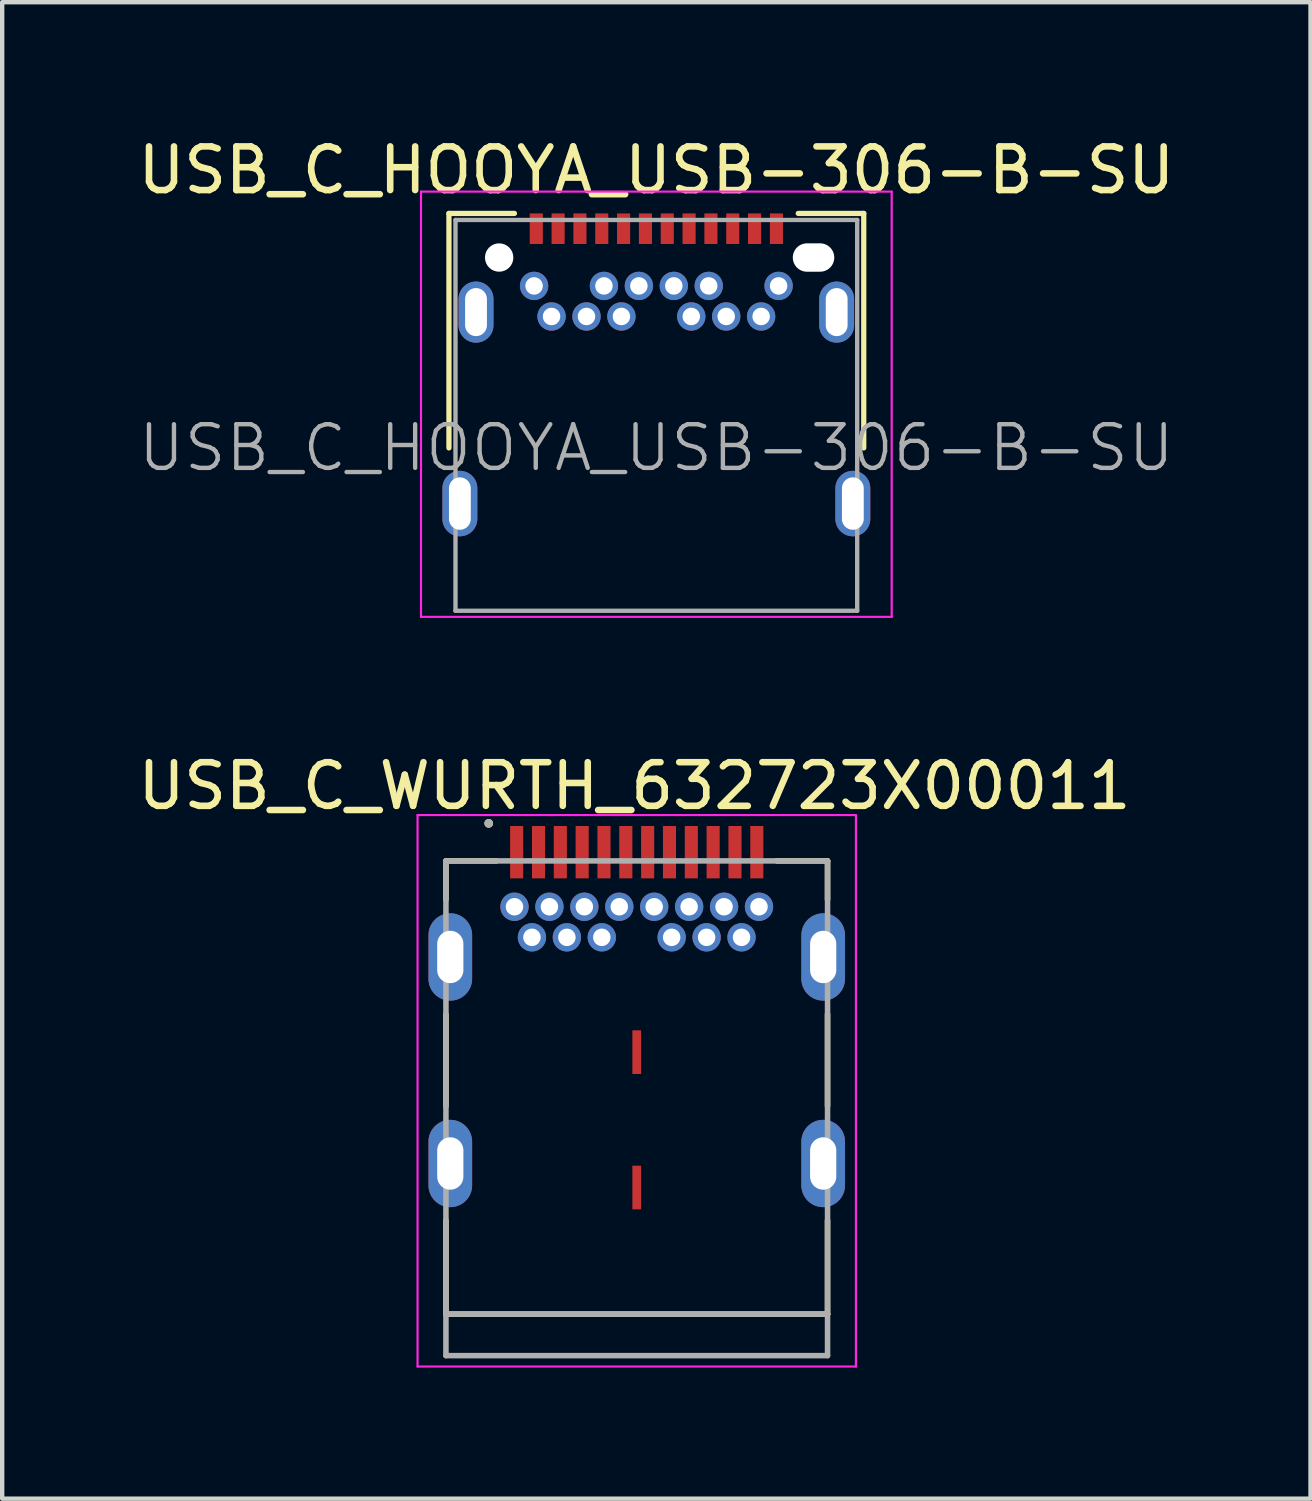
<source format=kicad_pcb>
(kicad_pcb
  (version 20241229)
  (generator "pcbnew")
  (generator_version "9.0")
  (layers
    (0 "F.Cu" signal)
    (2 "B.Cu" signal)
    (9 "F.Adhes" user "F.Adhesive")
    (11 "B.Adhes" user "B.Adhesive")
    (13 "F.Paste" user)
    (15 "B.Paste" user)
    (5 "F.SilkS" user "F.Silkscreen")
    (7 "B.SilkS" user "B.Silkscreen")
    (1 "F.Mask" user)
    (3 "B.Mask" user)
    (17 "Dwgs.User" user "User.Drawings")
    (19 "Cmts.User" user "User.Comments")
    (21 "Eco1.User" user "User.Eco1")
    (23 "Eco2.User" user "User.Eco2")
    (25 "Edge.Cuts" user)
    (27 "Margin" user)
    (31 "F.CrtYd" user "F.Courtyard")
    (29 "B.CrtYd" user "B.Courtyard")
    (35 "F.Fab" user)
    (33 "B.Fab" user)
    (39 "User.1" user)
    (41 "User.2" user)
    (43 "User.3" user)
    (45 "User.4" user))
  (footprint "USB_C_WURTH_632723X00011"
    (layer "F.Cu")
    (at 11.533 21.047)
    (property "Reference" "USB_C_WURTH_632723X00011" (at -0.051 -6.096 0) (layer "F.SilkS") (effects (font (size 1 1) (thickness 0.15))))
    (attr through_hole)
    (fp_line (start -4.37 -4.38) (end -4.37 -3.494) (stroke (width 0.127) (type solid)) (layer "F.SilkS"))
    (fp_line (start -4.37 -0.867) (end -4.37 1.236) (stroke (width 0.127) (type solid)) (layer "F.SilkS"))
    (fp_line (start -4.37 3.854) (end -4.37 6) (stroke (width 0.127) (type solid)) (layer "F.SilkS"))
    (fp_line (start -4.37 6) (end 4.37 6) (stroke (width 0.127) (type solid)) (layer "F.SilkS"))
    (fp_line (start -3.213 -4.38) (end -4.37 -4.38) (stroke (width 0.127) (type solid)) (layer "F.SilkS"))
    (fp_line (start 3.213 -4.38) (end 4.37 -4.38) (stroke (width 0.127) (type solid)) (layer "F.SilkS"))
    (fp_line (start 4.37 -4.38) (end 4.37 -3.494) (stroke (width 0.127) (type solid)) (layer "F.SilkS"))
    (fp_line (start 4.37 -0.867) (end 4.37 1.236) (stroke (width 0.127) (type solid)) (layer "F.SilkS"))
    (fp_line (start 4.37 6) (end 4.37 3.854) (stroke (width 0.127) (type solid)) (layer "F.SilkS"))
    (fp_circle (center -3.39 -5.24) (end -3.34 -5.24) (stroke (width 0.1) (type solid)) (fill no) (layer "F.SilkS"))
    (fp_line (start -5.02 -5.43) (end -5.02 7.2) (stroke (width 0.05) (type solid)) (layer "F.CrtYd"))
    (fp_line (start -5.02 7.2) (end 5.02 7.2) (stroke (width 0.05) (type solid)) (layer "F.CrtYd"))
    (fp_line (start 5.02 -5.43) (end -5.02 -5.43) (stroke (width 0.05) (type solid)) (layer "F.CrtYd"))
    (fp_line (start 5.02 7.2) (end 5.02 -5.43) (stroke (width 0.05) (type solid)) (layer "F.CrtYd"))
    (fp_line (start -4.37 -4.38) (end 4.37 -4.38) (stroke (width 0.127) (type solid)) (layer "F.Fab"))
    (fp_line (start -4.37 6) (end -4.37 -4.38) (stroke (width 0.127) (type solid)) (layer "F.Fab"))
    (fp_line (start -4.37 6) (end 4.37 6) (stroke (width 0.127) (type solid)) (layer "F.Fab"))
    (fp_line (start -4.37 6.95) (end -4.37 6) (stroke (width 0.127) (type solid)) (layer "F.Fab"))
    (fp_line (start 4.37 -4.38) (end 4.37 6) (stroke (width 0.127) (type solid)) (layer "F.Fab"))
    (fp_line (start 4.37 6) (end 4.37 6.95) (stroke (width 0.127) (type solid)) (layer "F.Fab"))
    (fp_line (start 4.37 6.95) (end -4.37 6.95) (stroke (width 0.127) (type solid)) (layer "F.Fab"))
    (fp_circle (center -3.39 -5.24) (end -3.34 -5.24) (stroke (width 0.1) (type solid)) (fill no) (layer "F.Fab"))
    (pad "A1" smd rect (at -2.75 -4.58 90) (size 1.2 0.3) (layers "F.Cu" "F.Mask" "F.Paste"))
    (pad "A2" smd rect (at -2.25 -4.58 90) (size 1.2 0.3) (layers "F.Cu" "F.Mask" "F.Paste"))
    (pad "A3" smd rect (at -1.75 -4.58 90) (size 1.2 0.3) (layers "F.Cu" "F.Mask" "F.Paste"))
    (pad "A4" smd rect (at -1.25 -4.58 90) (size 1.2 0.3) (layers "F.Cu" "F.Mask" "F.Paste"))
    (pad "A5" smd rect (at -0.75 -4.58 90) (size 1.2 0.3) (layers "F.Cu" "F.Mask" "F.Paste"))
    (pad "A6" smd rect (at -0.25 -4.58 90) (size 1.2 0.3) (layers "F.Cu" "F.Mask" "F.Paste"))
    (pad "A7" smd rect (at 0.25 -4.58 90) (size 1.2 0.3) (layers "F.Cu" "F.Mask" "F.Paste"))
    (pad "A8" smd rect (at 0.75 -4.58 90) (size 1.2 0.3) (layers "F.Cu" "F.Mask" "F.Paste"))
    (pad "A9" smd rect (at 1.25 -4.58 90) (size 1.2 0.3) (layers "F.Cu" "F.Mask" "F.Paste"))
    (pad "A10" smd rect (at 1.75 -4.58 90) (size 1.2 0.3) (layers "F.Cu" "F.Mask" "F.Paste"))
    (pad "A11" smd rect (at 2.25 -4.58 90) (size 1.2 0.3) (layers "F.Cu" "F.Mask" "F.Paste"))
    (pad "A12" smd rect (at 2.75 -4.58 90) (size 1.2 0.3) (layers "F.Cu" "F.Mask" "F.Paste"))
    (pad "B1" thru_hole circle (at 2.8 -3.33) (size 0.65 0.65) (drill 0.4) (layers "*.Cu" "*.Mask"))
    (pad "B2" thru_hole circle (at 2.4 -2.63) (size 0.65 0.65) (drill 0.4) (layers "*.Cu" "*.Mask"))
    (pad "B3" thru_hole circle (at 1.6 -2.63) (size 0.65 0.65) (drill 0.4) (layers "*.Cu" "*.Mask"))
    (pad "B4" thru_hole circle (at 1.2 -3.33) (size 0.65 0.65) (drill 0.4) (layers "*.Cu" "*.Mask"))
    (pad "B5" thru_hole circle (at 0.8 -2.63) (size 0.65 0.65) (drill 0.4) (layers "*.Cu" "*.Mask"))
    (pad "B6" thru_hole circle (at 0.4 -3.33) (size 0.65 0.65) (drill 0.4) (layers "*.Cu" "*.Mask"))
    (pad "B7" thru_hole circle (at -0.4 -3.33) (size 0.65 0.65) (drill 0.4) (layers "*.Cu" "*.Mask"))
    (pad "B8" thru_hole circle (at -0.8 -2.63) (size 0.65 0.65) (drill 0.4) (layers "*.Cu" "*.Mask"))
    (pad "B9" thru_hole circle (at -1.2 -3.33) (size 0.65 0.65) (drill 0.4) (layers "*.Cu" "*.Mask"))
    (pad "B10" thru_hole circle (at -1.6 -2.63) (size 0.65 0.65) (drill 0.4) (layers "*.Cu" "*.Mask"))
    (pad "B11" thru_hole circle (at -2.4 -2.63) (size 0.65 0.65) (drill 0.4) (layers "*.Cu" "*.Mask"))
    (pad "B12" thru_hole circle (at -2.8 -3.33) (size 0.65 0.65) (drill 0.4) (layers "*.Cu" "*.Mask"))
    (pad "GND" thru_hole circle (at 2 -3.33) (size 0.65 0.65) (drill 0.4) (layers "*.Cu" "*.Mask"))
    (pad "GND1" thru_hole circle (at -2 -3.33) (size 0.65 0.65) (drill 0.4) (layers "*.Cu" "*.Mask"))
    (pad "S1" thru_hole oval (at -4.27 -2.18) (size 1 2) (drill oval 0.6 1.2) (layers "*.Cu" "*.Mask"))
    (pad "S2" thru_hole oval (at 4.27 -2.18) (size 1 2) (drill oval 0.6 1.2) (layers "*.Cu" "*.Mask"))
    (pad "S3" thru_hole oval (at 4.27 2.55) (size 1 2) (drill oval 0.6 1.2) (layers "*.Cu" "*.Mask"))
    (pad "S4" thru_hole oval (at -4.27 2.55) (size 1 2) (drill oval 0.6 1.2) (layers "*.Cu" "*.Mask"))
    (pad "S5" smd rect (at 0 0 90) (size 1 0.2) (layers "F.Cu" "F.Mask" "F.Paste"))
    (pad "S6" smd rect (at 0 3.1 90) (size 1 0.2) (layers "F.Cu" "F.Mask" "F.Paste")))
  (footprint "USB_C_HOOYA_USB-306-B-SU"
    (layer "F.Cu")
    (at 11.982 7.208)
    (property "Reference" "USB_C_HOOYA_USB-306-B-SU" (at 0 -6.36 0) (layer "F.SilkS") (effects (font (size 1 1) (thickness 0.15))))
    (attr smd)
    (fp_line (start -4.75 -5.37) (end -4.75 0) (stroke (width 0.12) (type solid)) (layer "F.SilkS"))
    (fp_line (start -4.75 -5.37) (end -3.25 -5.37) (stroke (width 0.12) (type solid)) (layer "F.SilkS"))
    (fp_line (start 3.25 -5.37) (end 4.75 -5.37) (stroke (width 0.12) (type solid)) (layer "F.SilkS"))
    (fp_line (start 4.75 -5.37) (end 4.75 0) (stroke (width 0.12) (type solid)) (layer "F.SilkS"))
    (fp_line (start -5.39 -5.87) (end 5.39 -5.87) (stroke (width 0.05) (type solid)) (layer "F.CrtYd"))
    (fp_line (start -5.39 3.87) (end -5.39 -5.87) (stroke (width 0.05) (type solid)) (layer "F.CrtYd"))
    (fp_line (start 5.39 -5.87) (end 5.39 3.87) (stroke (width 0.05) (type solid)) (layer "F.CrtYd"))
    (fp_line (start 5.39 3.87) (end -5.39 3.87) (stroke (width 0.05) (type solid)) (layer "F.CrtYd"))
    (fp_line (start -4.6 -5.22) (end 4.6 -5.22) (stroke (width 0.1) (type solid)) (layer "F.Fab"))
    (fp_line (start -4.6 3.73) (end -4.6 -5.22) (stroke (width 0.1) (type solid)) (layer "F.Fab"))
    (fp_line (start -4.6 3.73) (end 4.6 3.73) (stroke (width 0.1) (type solid)) (layer "F.Fab"))
    (fp_line (start 4.6 3.73) (end 4.6 -5.22) (stroke (width 0.1) (type solid)) (layer "F.Fab"))
    (fp_text user "${REFERENCE}" (at 0 0 0) (layer "F.Fab") (effects (font (size 1 1) (thickness 0.1))))
    (pad "" np_thru_hole circle (at -3.6 -4.36) (size 0.65 0.65) (drill 0.65) (layers "*.Cu" "*.Mask"))
    (pad "" np_thru_hole oval (at 3.6 -4.36) (size 0.95 0.65) (drill oval 0.95 0.65) (layers "*.Cu" "*.Mask"))
    (pad "A1" smd rect (at -2.75 -5.02) (size 0.3 0.7) (layers "F.Cu" "F.Mask" "F.Paste"))
    (pad "A2" smd rect (at -2.25 -5.02) (size 0.3 0.7) (layers "F.Cu" "F.Mask" "F.Paste"))
    (pad "A3" smd rect (at -1.75 -5.02) (size 0.3 0.7) (layers "F.Cu" "F.Mask" "F.Paste"))
    (pad "A4" smd rect (at -1.25 -5.02) (size 0.3 0.7) (layers "F.Cu" "F.Mask" "F.Paste"))
    (pad "A5" smd rect (at -0.75 -5.02) (size 0.3 0.7) (layers "F.Cu" "F.Mask" "F.Paste"))
    (pad "A6" smd rect (at -0.25 -5.02) (size 0.3 0.7) (layers "F.Cu" "F.Mask" "F.Paste"))
    (pad "A7" smd rect (at 0.25 -5.02) (size 0.3 0.7) (layers "F.Cu" "F.Mask" "F.Paste"))
    (pad "A8" smd rect (at 0.75 -5.02) (size 0.3 0.7) (layers "F.Cu" "F.Mask" "F.Paste"))
    (pad "A9" smd rect (at 1.25 -5.02) (size 0.3 0.7) (layers "F.Cu" "F.Mask" "F.Paste"))
    (pad "A10" smd rect (at 1.75 -5.02) (size 0.3 0.7) (layers "F.Cu" "F.Mask" "F.Paste"))
    (pad "A11" smd rect (at 2.25 -5.02) (size 0.3 0.7) (layers "F.Cu" "F.Mask" "F.Paste"))
    (pad "A12" smd rect (at 2.75 -5.02) (size 0.3 0.7) (layers "F.Cu" "F.Mask" "F.Paste"))
    (pad "B1" thru_hole circle (at 2.8 -3.71) (size 0.65 0.65) (drill 0.4) (layers "*.Cu" "*.Mask"))
    (pad "B2" thru_hole circle (at 2.4 -3.01) (size 0.65 0.65) (drill 0.4) (layers "*.Cu" "*.Mask"))
    (pad "B3" thru_hole circle (at 1.6 -3.01) (size 0.65 0.65) (drill 0.4) (layers "*.Cu" "*.Mask"))
    (pad "B4" thru_hole circle (at 1.2 -3.71) (size 0.65 0.65) (drill 0.4) (layers "*.Cu" "*.Mask"))
    (pad "B5" thru_hole circle (at 0.8 -3.01) (size 0.65 0.65) (drill 0.4) (layers "*.Cu" "*.Mask"))
    (pad "B6" thru_hole circle (at 0.4 -3.71) (size 0.65 0.65) (drill 0.4) (layers "*.Cu" "*.Mask"))
    (pad "B7" thru_hole circle (at -0.4 -3.71) (size 0.65 0.65) (drill 0.4) (layers "*.Cu" "*.Mask"))
    (pad "B8" thru_hole circle (at -0.8 -3.01) (size 0.65 0.65) (drill 0.4) (layers "*.Cu" "*.Mask"))
    (pad "B9" thru_hole circle (at -1.2 -3.71) (size 0.65 0.65) (drill 0.4) (layers "*.Cu" "*.Mask"))
    (pad "B10" thru_hole circle (at -1.6 -3.01) (size 0.65 0.65) (drill 0.4) (layers "*.Cu" "*.Mask"))
    (pad "B11" thru_hole circle (at -2.4 -3.01) (size 0.65 0.65) (drill 0.4) (layers "*.Cu" "*.Mask"))
    (pad "B12" thru_hole circle (at -2.8 -3.71) (size 0.65 0.65) (drill 0.4) (layers "*.Cu" "*.Mask"))
    (pad "S1" thru_hole oval (at -4.5 1.275) (size 0.8 1.5) (drill oval 0.5 1.2) (layers "*.Cu" "*.Mask"))
    (pad "S1" thru_hole oval (at -4.13 -3.11) (size 0.8 1.4) (drill oval 0.5 1.1) (layers "*.Cu" "*.Mask"))
    (pad "S1" thru_hole oval (at 4.13 -3.11) (size 0.8 1.4) (drill oval 0.5 1.1) (layers "*.Cu" "*.Mask"))
    (pad "S1" thru_hole oval (at 4.5 1.275) (size 0.8 1.5) (drill oval 0.5 1.2) (layers "*.Cu" "*.Mask")))
  (gr_rect
    (start -3 -3)
    (end 26.964 31.273)
    (stroke (width 0.1) (type default))
    (fill no)
    (layer "Edge.Cuts")))
</source>
